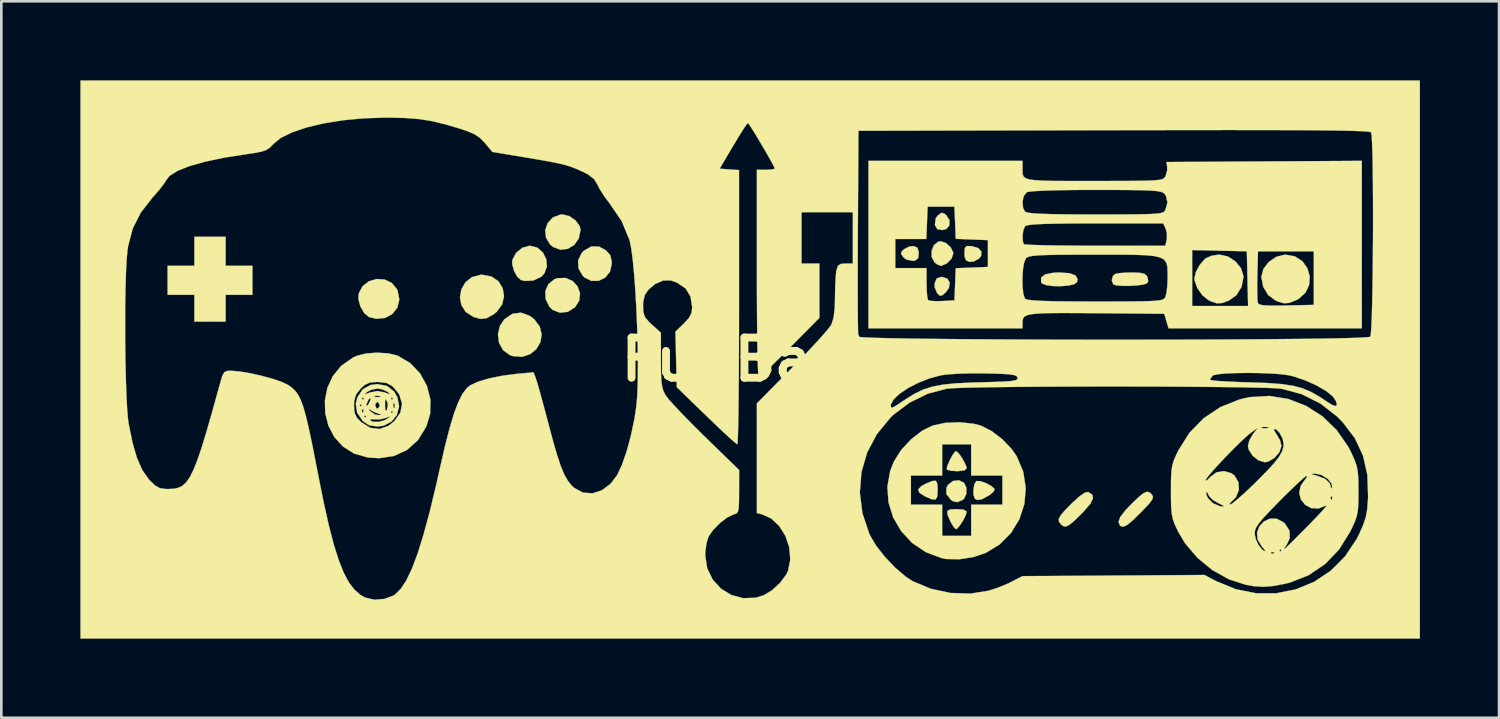
<source format=kicad_pcb>
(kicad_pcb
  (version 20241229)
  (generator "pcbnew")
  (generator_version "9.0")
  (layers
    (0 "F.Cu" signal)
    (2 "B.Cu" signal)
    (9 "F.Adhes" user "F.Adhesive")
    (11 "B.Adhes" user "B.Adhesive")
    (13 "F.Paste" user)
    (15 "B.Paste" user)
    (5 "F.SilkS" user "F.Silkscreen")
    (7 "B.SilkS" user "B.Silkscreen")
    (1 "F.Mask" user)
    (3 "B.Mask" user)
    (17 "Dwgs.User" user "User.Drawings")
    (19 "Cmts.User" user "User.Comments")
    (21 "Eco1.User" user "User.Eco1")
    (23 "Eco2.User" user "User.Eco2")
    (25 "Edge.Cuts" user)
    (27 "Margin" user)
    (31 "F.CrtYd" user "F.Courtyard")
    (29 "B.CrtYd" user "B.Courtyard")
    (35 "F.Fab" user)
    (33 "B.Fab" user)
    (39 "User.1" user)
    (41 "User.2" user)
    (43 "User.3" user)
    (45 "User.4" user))
  (footprint "FullBack"
    (layer "F.Cu")
    (at 25.405 10.588)
    (property "Reference" "FullBack" (at 0 0 0) (layer "F.SilkS") (effects (font (size 1.524 1.524) (thickness 0.3))))
    (attr through_hole)
    (fp_poly (pts (xy -19.897 -3.556) (xy -18.881 -3.556) (xy -18.881 -2.455) (xy -19.897 -2.455) (xy -19.897 -1.439) (xy -21.082 -1.439) (xy -21.082 -2.455) (xy -22.098 -2.455) (xy -22.098 -3.556) (xy -21.082 -3.556) (xy -21.082 -4.657) (xy -19.897 -4.657) (xy -19.897 -3.556)) (stroke (width 0.01) (type solid)) (fill yes) (layer "F.SilkS"))
    (fp_poly (pts (xy 7.1 4.708) (xy 7.112 4.953) (xy 7.097 5.199) (xy 7.031 5.309) (xy 6.883 5.3) (xy 6.625 5.186) (xy 6.415 5.051) (xy 6.369 4.928) (xy 6.49 4.801) (xy 6.649 4.715) (xy 6.902 4.606) (xy 7.041 4.598) (xy 7.1 4.708)) (stroke (width 0.01) (type solid)) (fill yes) (layer "F.SilkS"))
    (fp_poly (pts (xy 7.358 -5.54) (xy 7.439 -5.472) (xy 7.561 -5.281) (xy 7.556 -5.089) (xy 7.438 -4.949) (xy 7.281 -4.911) (xy 7.096 -4.948) (xy 7.014 -5.089) (xy 7.007 -5.12) (xy 7.038 -5.362) (xy 7.124 -5.472) (xy 7.254 -5.567) (xy 7.358 -5.54)) (stroke (width 0.01) (type solid)) (fill yes) (layer "F.SilkS"))
    (fp_poly (pts (xy 7.479 -3.071) (xy 7.567 -2.918) (xy 7.538 -2.717) (xy 7.41 -2.542) (xy 7.273 -2.427) (xy 7.183 -2.429) (xy 7.091 -2.518) (xy 6.995 -2.744) (xy 7.002 -2.9) (xy 7.072 -3.074) (xy 7.224 -3.131) (xy 7.281 -3.133) (xy 7.479 -3.071)) (stroke (width 0.01) (type solid)) (fill yes) (layer "F.SilkS"))
    (fp_poly (pts (xy 6.34 -4.245) (xy 6.39 -4.093) (xy 6.392 -4.022) (xy 6.366 -3.835) (xy 6.256 -3.756) (xy 6.176 -3.742) (xy 5.932 -3.789) (xy 5.816 -3.877) (xy 5.721 -4.005) (xy 5.749 -4.101) (xy 5.834 -4.184) (xy 6.034 -4.288) (xy 6.195 -4.304) (xy 6.34 -4.245)) (stroke (width 0.01) (type solid)) (fill yes) (layer "F.SilkS"))
    (fp_poly (pts (xy 8.111 4.674) (xy 8.202 4.861) (xy 8.2 5.09) (xy 8.112 5.28) (xy 8.049 5.331) (xy 7.85 5.41) (xy 7.698 5.378) (xy 7.606 5.313) (xy 7.442 5.1) (xy 7.443 4.866) (xy 7.504 4.751) (xy 7.689 4.607) (xy 7.918 4.58) (xy 8.111 4.674)) (stroke (width 0.01) (type solid)) (fill yes) (layer "F.SilkS"))
    (fp_poly (pts (xy 8.375 -4.304) (xy 8.395 -4.302) (xy 8.645 -4.231) (xy 8.772 -4.097) (xy 8.758 -3.929) (xy 8.677 -3.827) (xy 8.48 -3.721) (xy 8.319 -3.705) (xy 8.186 -3.761) (xy 8.134 -3.901) (xy 8.128 -4.033) (xy 8.14 -4.23) (xy 8.207 -4.305) (xy 8.375 -4.304)) (stroke (width 0.01) (type solid)) (fill yes) (layer "F.SilkS"))
    (fp_poly (pts (xy -6.735 -2.98) (xy -6.547 -2.775) (xy -6.455 -2.516) (xy -6.482 -2.239) (xy -6.642 -1.986) (xy -6.915 -1.811) (xy -7.213 -1.776) (xy -7.487 -1.88) (xy -7.614 -2.001) (xy -7.76 -2.296) (xy -7.77 -2.597) (xy -7.655 -2.861) (xy -7.427 -3.045) (xy -7.313 -3.086) (xy -6.997 -3.095) (xy -6.735 -2.98)) (stroke (width 0.01) (type solid)) (fill yes) (layer "F.SilkS"))
    (fp_poly (pts (xy 7.429 -4.418) (xy 7.61 -4.252) (xy 7.702 -4.054) (xy 7.705 -4.022) (xy 7.633 -3.824) (xy 7.463 -3.648) (xy 7.259 -3.558) (xy 7.226 -3.556) (xy 7.089 -3.611) (xy 6.991 -3.689) (xy 6.884 -3.889) (xy 6.882 -4.123) (xy 6.967 -4.335) (xy 7.125 -4.468) (xy 7.226 -4.487) (xy 7.429 -4.418)) (stroke (width 0.01) (type solid)) (fill yes) (layer "F.SilkS"))
    (fp_poly (pts (xy 8.097 5.695) (xy 8.209 5.761) (xy 8.212 5.779) (xy 8.17 5.92) (xy 8.07 6.114) (xy 7.948 6.3) (xy 7.841 6.419) (xy 7.806 6.435) (xy 7.729 6.366) (xy 7.623 6.194) (xy 7.593 6.135) (xy 7.485 5.883) (xy 7.477 5.744) (xy 7.587 5.685) (xy 7.832 5.673) (xy 8.097 5.695)) (stroke (width 0.01) (type solid)) (fill yes) (layer "F.SilkS"))
    (fp_poly (pts (xy 8.738 4.614) (xy 8.953 4.69) (xy 9.157 4.803) (xy 9.27 4.909) (xy 9.239 5.001) (xy 9.098 5.127) (xy 9.042 5.163) (xy 8.784 5.299) (xy 8.615 5.327) (xy 8.523 5.278) (xy 8.471 5.139) (xy 8.468 4.931) (xy 8.505 4.73) (xy 8.576 4.61) (xy 8.586 4.606) (xy 8.738 4.614)) (stroke (width 0.01) (type solid)) (fill yes) (layer "F.SilkS"))
    (fp_poly (pts (xy 12.111 -3.275) (xy 12.34 -3.191) (xy 12.419 -3.049) (xy 12.396 -2.932) (xy 12.286 -2.854) (xy 12.062 -2.805) (xy 11.776 -2.783) (xy 11.479 -2.789) (xy 11.224 -2.824) (xy 11.063 -2.889) (xy 11.037 -2.922) (xy 11.034 -3.107) (xy 11.188 -3.23) (xy 11.499 -3.293) (xy 11.726 -3.302) (xy 12.111 -3.275)) (stroke (width 0.01) (type solid)) (fill yes) (layer "F.SilkS"))
    (fp_poly (pts (xy -6.858 -5.439) (xy -6.625 -5.277) (xy -6.469 -5.065) (xy -6.435 -4.918) (xy -6.501 -4.593) (xy -6.675 -4.347) (xy -6.92 -4.199) (xy -7.199 -4.167) (xy -7.474 -4.268) (xy -7.582 -4.356) (xy -7.746 -4.622) (xy -7.773 -4.911) (xy -7.679 -5.181) (xy -7.483 -5.391) (xy -7.201 -5.498) (xy -7.112 -5.503) (xy -6.858 -5.439)) (stroke (width 0.01) (type solid)) (fill yes) (layer "F.SilkS"))
    (fp_poly (pts (xy -5.731 -4.285) (xy -5.472 -4.143) (xy -5.31 -3.963) (xy -5.252 -3.726) (xy -5.249 -3.641) (xy -5.318 -3.333) (xy -5.496 -3.109) (xy -5.744 -2.987) (xy -6.02 -2.983) (xy -6.285 -3.114) (xy -6.348 -3.173) (xy -6.513 -3.455) (xy -6.528 -3.759) (xy -6.394 -4.04) (xy -6.308 -4.128) (xy -6.021 -4.291) (xy -5.731 -4.285)) (stroke (width 0.01) (type solid)) (fill yes) (layer "F.SilkS"))
    (fp_poly (pts (xy 7.894 3.539) (xy 8.014 3.701) (xy 8.129 3.899) (xy 8.203 4.072) (xy 8.212 4.128) (xy 8.132 4.201) (xy 7.896 4.232) (xy 7.832 4.233) (xy 7.604 4.217) (xy 7.468 4.176) (xy 7.451 4.152) (xy 7.487 4.01) (xy 7.574 3.812) (xy 7.68 3.619) (xy 7.773 3.492) (xy 7.806 3.471) (xy 7.894 3.539)) (stroke (width 0.01) (type solid)) (fill yes) (layer "F.SilkS"))
    (fp_poly (pts (xy -13.868 -3.036) (xy -13.595 -2.907) (xy -13.395 -2.664) (xy -13.375 -2.619) (xy -13.308 -2.276) (xy -13.383 -1.971) (xy -13.571 -1.73) (xy -13.845 -1.58) (xy -14.178 -1.544) (xy -14.461 -1.613) (xy -14.639 -1.761) (xy -14.783 -2.009) (xy -14.86 -2.288) (xy -14.853 -2.49) (xy -14.707 -2.779) (xy -14.466 -2.968) (xy -14.173 -3.055) (xy -13.868 -3.036)) (stroke (width 0.01) (type solid)) (fill yes) (layer "F.SilkS"))
    (fp_poly (pts (xy -8.356 -1.655) (xy -8.195 -1.533) (xy -7.981 -1.252) (xy -7.909 -0.949) (xy -7.959 -0.654) (xy -8.113 -0.395) (xy -8.349 -0.202) (xy -8.65 -0.104) (xy -8.994 -0.129) (xy -9.114 -0.169) (xy -9.372 -0.355) (xy -9.526 -0.633) (xy -9.568 -0.957) (xy -9.491 -1.282) (xy -9.32 -1.531) (xy -9.015 -1.737) (xy -8.688 -1.779) (xy -8.356 -1.655)) (stroke (width 0.01) (type solid)) (fill yes) (layer "F.SilkS"))
    (fp_poly (pts (xy -8.078 -4.247) (xy -7.864 -4.063) (xy -7.736 -3.81) (xy -7.711 -3.531) (xy -7.805 -3.27) (xy -7.928 -3.139) (xy -8.23 -2.996) (xy -8.564 -2.982) (xy -8.701 -3.02) (xy -8.842 -3.149) (xy -8.961 -3.374) (xy -9.027 -3.62) (xy -9.023 -3.774) (xy -8.882 -4.043) (xy -8.643 -4.241) (xy -8.365 -4.318) (xy -8.362 -4.318) (xy -8.078 -4.247)) (stroke (width 0.01) (type solid)) (fill yes) (layer "F.SilkS"))
    (fp_poly (pts (xy 12.974 5.122) (xy 13.004 5.262) (xy 12.906 5.462) (xy 12.675 5.736) (xy 12.566 5.849) (xy 12.291 6.118) (xy 12.1 6.275) (xy 11.966 6.335) (xy 11.861 6.311) (xy 11.786 6.248) (xy 11.71 6.146) (xy 11.706 6.035) (xy 11.791 5.889) (xy 11.977 5.678) (xy 12.185 5.468) (xy 12.489 5.189) (xy 12.702 5.043) (xy 12.822 5.024) (xy 12.974 5.122)) (stroke (width 0.01) (type solid)) (fill yes) (layer "F.SilkS"))
    (fp_poly (pts (xy 14.782 -3.291) (xy 14.958 -3.249) (xy 15.053 -3.164) (xy 15.064 -3.146) (xy 15.098 -2.969) (xy 15.05 -2.892) (xy 14.924 -2.846) (xy 14.687 -2.813) (xy 14.397 -2.796) (xy 14.11 -2.796) (xy 13.881 -2.815) (xy 13.772 -2.85) (xy 13.715 -3.005) (xy 13.761 -3.174) (xy 13.85 -3.251) (xy 14.005 -3.279) (xy 14.264 -3.297) (xy 14.482 -3.302) (xy 14.782 -3.291)) (stroke (width 0.01) (type solid)) (fill yes) (layer "F.SilkS"))
    (fp_poly (pts (xy -9.81 -3.149) (xy -9.548 -2.967) (xy -9.387 -2.707) (xy -9.336 -2.404) (xy -9.407 -2.095) (xy -9.609 -1.815) (xy -9.735 -1.714) (xy -9.996 -1.569) (xy -10.223 -1.54) (xy -10.496 -1.617) (xy -10.499 -1.618) (xy -10.788 -1.805) (xy -10.955 -2.065) (xy -11.009 -2.363) (xy -10.955 -2.663) (xy -10.802 -2.929) (xy -10.557 -3.125) (xy -10.228 -3.215) (xy -10.163 -3.217) (xy -9.81 -3.149)) (stroke (width 0.01) (type solid)) (fill yes) (layer "F.SilkS"))
    (fp_poly (pts (xy 15.165 5.047) (xy 15.244 5.127) (xy 15.28 5.206) (xy 15.251 5.308) (xy 15.138 5.46) (xy 14.925 5.689) (xy 14.812 5.804) (xy 14.519 6.091) (xy 14.312 6.264) (xy 14.171 6.338) (xy 14.07 6.327) (xy 14.026 6.294) (xy 13.971 6.162) (xy 14.033 5.979) (xy 14.221 5.73) (xy 14.459 5.48) (xy 14.736 5.215) (xy 14.927 5.063) (xy 15.06 5.012) (xy 15.165 5.047)) (stroke (width 0.01) (type solid)) (fill yes) (layer "F.SilkS"))
    (fp_poly (pts (xy 20.668 -3.911) (xy 20.948 -3.727) (xy 21.136 -3.464) (xy 21.224 -3.155) (xy 21.204 -2.836) (xy 21.067 -2.541) (xy 20.805 -2.304) (xy 20.717 -2.257) (xy 20.456 -2.15) (xy 20.252 -2.132) (xy 20.02 -2.2) (xy 19.923 -2.241) (xy 19.648 -2.446) (xy 19.459 -2.761) (xy 19.389 -3.133) (xy 19.389 -3.137) (xy 19.466 -3.435) (xy 19.669 -3.701) (xy 19.953 -3.896) (xy 20.276 -3.979) (xy 20.305 -3.979) (xy 20.668 -3.911)) (stroke (width 0.01) (type solid)) (fill yes) (layer "F.SilkS"))
    (fp_poly (pts (xy 18.124 -3.908) (xy 18.41 -3.72) (xy 18.62 -3.459) (xy 18.711 -3.165) (xy 18.711 -3.137) (xy 18.64 -2.758) (xy 18.445 -2.442) (xy 18.158 -2.237) (xy 17.897 -2.143) (xy 17.7 -2.133) (xy 17.482 -2.206) (xy 17.384 -2.253) (xy 17.151 -2.44) (xy 16.959 -2.714) (xy 16.855 -3.005) (xy 16.849 -3.086) (xy 16.907 -3.325) (xy 17.054 -3.592) (xy 17.243 -3.81) (xy 17.29 -3.847) (xy 17.501 -3.936) (xy 17.771 -3.979) (xy 17.807 -3.979) (xy 18.124 -3.908)) (stroke (width 0.01) (type solid)) (fill yes) (layer "F.SilkS"))
    (fp_poly (pts (xy 8.478 2.435) (xy 8.743 2.504) (xy 9.146 2.705) (xy 9.555 3.015) (xy 9.914 3.387) (xy 10.111 3.67) (xy 10.358 4.257) (xy 10.452 4.868) (xy 10.401 5.475) (xy 10.213 6.052) (xy 9.897 6.574) (xy 9.461 7.013) (xy 8.939 7.332) (xy 8.458 7.494) (xy 7.935 7.575) (xy 7.444 7.566) (xy 7.259 7.532) (xy 6.655 7.303) (xy 6.14 6.954) (xy 5.726 6.507) (xy 5.424 5.988) (xy 5.246 5.418) (xy 5.204 4.822) (xy 5.278 4.403) (xy 6.096 4.403) (xy 6.096 5.503) (xy 7.281 5.503) (xy 7.281 6.689) (xy 8.382 6.689) (xy 8.382 5.503) (xy 9.567 5.503) (xy 9.567 4.403) (xy 8.382 4.403) (xy 8.382 3.217) (xy 7.281 3.217) (xy 7.281 4.403) (xy 6.096 4.403) (xy 5.278 4.403) (xy 5.31 4.223) (xy 5.452 3.864) (xy 5.73 3.426) (xy 6.105 3.023) (xy 6.526 2.697) (xy 6.916 2.505) (xy 7.399 2.401) (xy 7.947 2.378) (xy 8.478 2.435)) (stroke (width 0.01) (type solid)) (fill yes) (layer "F.SilkS"))
    (fp_poly (pts (xy -13.738 -0.236) (xy -13.392 -0.156) (xy -13.37 -0.147) (xy -12.891 0.138) (xy -12.517 0.531) (xy -12.259 1.003) (xy -12.129 1.521) (xy -12.139 2.057) (xy -12.284 2.54) (xy -12.597 3.05) (xy -13.009 3.424) (xy -13.507 3.657) (xy -14.08 3.742) (xy -14.515 3.713) (xy -15.032 3.562) (xy -15.454 3.294) (xy -15.777 2.935) (xy -15.999 2.508) (xy -16.119 2.04) (xy -16.127 1.748) (xy -15.028 1.748) (xy -15.007 2.018) (xy -14.917 2.208) (xy -14.752 2.378) (xy -14.411 2.589) (xy -14.061 2.634) (xy -13.717 2.513) (xy -13.496 2.337) (xy -13.27 2.016) (xy -13.205 1.679) (xy -13.305 1.344) (xy -13.352 1.268) (xy -13.563 1.016) (xy -13.791 0.889) (xy -14.106 0.85) (xy -14.145 0.849) (xy -14.421 0.87) (xy -14.619 0.96) (xy -14.78 1.106) (xy -14.95 1.326) (xy -15.02 1.564) (xy -15.028 1.748) (xy -16.127 1.748) (xy -16.132 1.554) (xy -16.038 1.075) (xy -15.832 0.629) (xy -15.513 0.239) (xy -15.078 -0.068) (xy -14.915 -0.144) (xy -14.577 -0.23) (xy -14.159 -0.261) (xy -13.738 -0.236)) (stroke (width 0.01) (type solid)) (fill yes) (layer "F.SilkS"))
    (fp_poly (pts (xy -13.776 1.001) (xy -13.509 1.209) (xy -13.379 1.434) (xy -13.317 1.778) (xy -13.399 2.096) (xy -13.601 2.35) (xy -13.9 2.507) (xy -14.139 2.54) (xy -14.447 2.496) (xy -14.679 2.347) (xy -14.69 2.336) (xy -14.714 2.301) (xy -14.427 2.301) (xy -14.426 2.301) (xy -14.302 2.363) (xy -14.095 2.363) (xy -13.876 2.307) (xy -13.753 2.239) (xy -13.647 2.15) (xy -13.676 2.151) (xy -13.789 2.205) (xy -14.028 2.267) (xy -14.229 2.267) (xy -14.385 2.263) (xy -14.427 2.301) (xy -14.714 2.301) (xy -14.811 2.159) (xy -14.647 2.159) (xy -14.605 2.201) (xy -14.563 2.159) (xy -14.605 2.117) (xy -14.647 2.159) (xy -14.811 2.159) (xy -14.907 2.02) (xy -14.918 1.947) (xy -14.732 1.947) (xy -14.701 2.017) (xy -14.676 2.004) (xy -14.665 1.903) (xy -14.676 1.891) (xy -14.726 1.903) (xy -14.732 1.947) (xy -14.918 1.947) (xy -14.932 1.861) (xy -14.475 1.861) (xy -14.444 1.916) (xy -14.404 1.968) (xy -14.233 2.085) (xy -14.108 2.107) (xy -13.983 2.096) (xy -14.024 2.074) (xy -14.097 2.055) (xy -14.261 1.99) (xy -13.631 1.99) (xy -13.589 2.032) (xy -13.547 1.99) (xy -13.589 1.947) (xy -13.631 1.99) (xy -14.261 1.99) (xy -14.305 1.972) (xy -14.393 1.917) (xy -14.475 1.861) (xy -14.932 1.861) (xy -14.951 1.736) (xy -14.817 1.736) (xy -14.774 1.778) (xy -14.732 1.736) (xy -14.56 1.736) (xy -14.525 1.751) (xy -14.513 1.736) (xy -14.224 1.736) (xy -14.178 1.848) (xy -14.139 1.863) (xy -14.064 1.794) (xy -14.055 1.736) (xy -14.059 1.726) (xy -13.851 1.726) (xy -13.841 1.912) (xy -13.807 1.944) (xy -13.775 1.898) (xy -13.749 1.729) (xy -13.54 1.729) (xy -13.524 1.838) (xy -13.496 1.84) (xy -13.475 1.726) (xy -13.489 1.677) (xy -13.526 1.645) (xy -13.54 1.729) (xy -13.749 1.729) (xy -13.744 1.694) (xy -13.775 1.589) (xy -13.824 1.503) (xy -13.847 1.556) (xy -13.851 1.726) (xy -14.059 1.726) (xy -14.1 1.623) (xy -14.139 1.609) (xy -14.214 1.677) (xy -14.224 1.736) (xy -14.513 1.736) (xy -14.478 1.693) (xy -14.406 1.539) (xy -14.396 1.482) (xy -13.631 1.482) (xy -13.589 1.524) (xy -13.547 1.482) (xy -13.589 1.439) (xy -13.631 1.482) (xy -14.396 1.482) (xy -14.431 1.467) (xy -14.478 1.524) (xy -14.55 1.678) (xy -14.56 1.736) (xy -14.732 1.736) (xy -14.774 1.693) (xy -14.817 1.736) (xy -14.951 1.736) (xy -14.96 1.679) (xy -14.911 1.482) (xy -14.732 1.482) (xy -14.69 1.524) (xy -14.647 1.482) (xy -14.69 1.439) (xy -14.732 1.482) (xy -14.911 1.482) (xy -14.899 1.434) (xy -14.886 1.414) (xy -14.256 1.414) (xy -14.139 1.426) (xy -14.019 1.413) (xy -14.034 1.383) (xy -14.207 1.372) (xy -14.245 1.383) (xy -14.256 1.414) (xy -14.886 1.414) (xy -14.811 1.301) (xy -14.618 1.301) (xy -14.588 1.308) (xy -14.417 1.25) (xy -14.415 1.249) (xy -14.144 1.191) (xy -13.876 1.245) (xy -13.864 1.249) (xy -13.692 1.308) (xy -13.661 1.302) (xy -13.752 1.226) (xy -13.753 1.225) (xy -13.968 1.127) (xy -14.139 1.101) (xy -14.377 1.149) (xy -14.525 1.225) (xy -14.618 1.301) (xy -14.811 1.301) (xy -14.697 1.129) (xy -14.4 0.964) (xy -14.139 0.931) (xy -13.776 1.001)) (stroke (width 0.01) (type solid)) (fill yes) (layer "F.SilkS"))
    (fp_poly (pts (xy 23.199 -1.185) (xy 15.868 -1.185) (xy 15.706 -1.736) (xy 13.134 -1.758) (xy 12.371 -1.764) (xy 11.761 -1.765) (xy 11.286 -1.76) (xy 10.93 -1.746) (xy 10.675 -1.721) (xy 10.505 -1.682) (xy 10.402 -1.628) (xy 10.35 -1.555) (xy 10.331 -1.463) (xy 10.329 -1.387) (xy 10.329 -1.185) (xy 4.487 -1.185) (xy 4.487 -2.032) (xy 16.764 -2.032) (xy 18.886 -2.032) (xy 18.868 -2.793) (xy 19.231 -2.793) (xy 19.234 -2.462) (xy 19.244 -2.229) (xy 19.257 -2.141) (xy 19.314 -2.091) (xy 19.456 -2.06) (xy 19.707 -2.046) (xy 20.092 -2.046) (xy 20.34 -2.051) (xy 21.378 -2.074) (xy 21.378 -4.106) (xy 19.262 -4.106) (xy 19.237 -3.18) (xy 19.231 -2.793) (xy 18.868 -2.793) (xy 18.862 -3.069) (xy 18.838 -4.106) (xy 17.801 -4.13) (xy 16.764 -4.154) (xy 16.764 -2.032) (xy 4.487 -2.032) (xy 4.487 -4.572) (xy 5.503 -4.572) (xy 5.503 -3.471) (xy 6.689 -3.471) (xy 6.689 -2.893) (xy 6.697 -2.593) (xy 6.718 -2.364) (xy 6.749 -2.254) (xy 6.749 -2.254) (xy 6.861 -2.225) (xy 7.085 -2.214) (xy 7.278 -2.219) (xy 7.747 -2.244) (xy 7.772 -2.854) (xy 7.782 -3.101) (xy 10.326 -3.101) (xy 10.33 -2.773) (xy 10.36 -2.494) (xy 10.418 -2.319) (xy 10.431 -2.303) (xy 10.514 -2.272) (xy 10.7 -2.247) (xy 11.002 -2.228) (xy 11.432 -2.214) (xy 12.003 -2.206) (xy 12.725 -2.202) (xy 13.095 -2.201) (xy 13.822 -2.202) (xy 14.397 -2.204) (xy 14.841 -2.209) (xy 15.17 -2.218) (xy 15.403 -2.232) (xy 15.558 -2.252) (xy 15.654 -2.279) (xy 15.71 -2.315) (xy 15.743 -2.361) (xy 15.745 -2.365) (xy 15.791 -2.533) (xy 15.823 -2.807) (xy 15.833 -3.085) (xy 15.833 -3.329) (xy 15.823 -3.524) (xy 15.785 -3.675) (xy 15.702 -3.789) (xy 15.558 -3.87) (xy 15.335 -3.924) (xy 15.017 -3.957) (xy 14.585 -3.973) (xy 14.025 -3.979) (xy 13.317 -3.979) (xy 13.045 -3.979) (xy 12.323 -3.978) (xy 11.753 -3.975) (xy 11.314 -3.967) (xy 10.99 -3.955) (xy 10.76 -3.938) (xy 10.608 -3.913) (xy 10.513 -3.882) (xy 10.462 -3.846) (xy 10.393 -3.692) (xy 10.347 -3.426) (xy 10.326 -3.101) (xy 7.782 -3.101) (xy 7.797 -3.464) (xy 8.407 -3.489) (xy 9.017 -3.514) (xy 9.017 -4.53) (xy 8.407 -4.554) (xy 7.797 -4.579) (xy 7.792 -4.693) (xy 10.331 -4.693) (xy 10.342 -4.481) (xy 10.386 -4.374) (xy 10.481 -4.361) (xy 10.725 -4.348) (xy 11.097 -4.337) (xy 11.576 -4.328) (xy 12.14 -4.322) (xy 12.77 -4.318) (xy 13.093 -4.318) (xy 15.745 -4.318) (xy 15.799 -4.536) (xy 15.807 -4.785) (xy 15.761 -4.959) (xy 15.667 -5.165) (xy 13.1 -5.165) (xy 12.306 -5.163) (xy 11.67 -5.156) (xy 11.178 -5.145) (xy 10.82 -5.129) (xy 10.584 -5.106) (xy 10.456 -5.078) (xy 10.431 -5.063) (xy 10.363 -4.914) (xy 10.331 -4.693) (xy 7.792 -4.693) (xy 7.772 -5.189) (xy 7.747 -5.8) (xy 6.731 -5.8) (xy 6.706 -5.186) (xy 6.681 -4.572) (xy 5.503 -4.572) (xy 4.487 -4.572) (xy 4.487 -5.974) (xy 10.328 -5.974) (xy 10.354 -5.741) (xy 10.431 -5.605) (xy 10.514 -5.574) (xy 10.7 -5.549) (xy 11.002 -5.53) (xy 11.432 -5.516) (xy 12.003 -5.508) (xy 12.725 -5.504) (xy 13.095 -5.503) (xy 13.822 -5.504) (xy 14.397 -5.506) (xy 14.841 -5.511) (xy 15.17 -5.52) (xy 15.403 -5.534) (xy 15.558 -5.554) (xy 15.654 -5.581) (xy 15.71 -5.617) (xy 15.743 -5.663) (xy 15.745 -5.667) (xy 15.828 -5.957) (xy 15.767 -6.215) (xy 15.7 -6.302) (xy 15.641 -6.341) (xy 15.542 -6.371) (xy 15.382 -6.395) (xy 15.144 -6.412) (xy 14.809 -6.423) (xy 14.358 -6.43) (xy 13.774 -6.434) (xy 13.112 -6.435) (xy 12.346 -6.432) (xy 11.695 -6.423) (xy 11.173 -6.408) (xy 10.789 -6.388) (xy 10.556 -6.364) (xy 10.493 -6.347) (xy 10.376 -6.201) (xy 10.328 -5.974) (xy 4.487 -5.974) (xy 4.487 -7.535) (xy 10.329 -7.535) (xy 10.329 -7.288) (xy 10.328 -7.146) (xy 10.335 -7.033) (xy 10.368 -6.945) (xy 10.445 -6.88) (xy 10.581 -6.833) (xy 10.795 -6.803) (xy 11.104 -6.785) (xy 11.524 -6.776) (xy 12.074 -6.773) (xy 12.769 -6.773) (xy 13.045 -6.773) (xy 13.778 -6.774) (xy 14.361 -6.776) (xy 14.811 -6.78) (xy 15.146 -6.788) (xy 15.385 -6.802) (xy 15.545 -6.821) (xy 15.645 -6.848) (xy 15.704 -6.883) (xy 15.739 -6.928) (xy 15.75 -6.946) (xy 15.815 -7.169) (xy 15.816 -7.306) (xy 15.79 -7.493) (xy 19.494 -7.515) (xy 23.199 -7.537) (xy 23.199 -1.185)) (stroke (width 0.01) (type solid)) (fill yes) (layer "F.SilkS"))
    (fp_poly (pts (xy 20.407 1.494) (xy 21.085 1.755) (xy 21.704 2.151) (xy 22.243 2.671) (xy 22.681 3.302) (xy 22.801 3.534) (xy 22.924 3.808) (xy 23.003 4.035) (xy 23.048 4.268) (xy 23.067 4.561) (xy 23.072 4.966) (xy 23.072 5) (xy 23.069 5.408) (xy 23.052 5.7) (xy 23.011 5.93) (xy 22.934 6.153) (xy 22.811 6.42) (xy 22.756 6.531) (xy 22.336 7.206) (xy 21.806 7.759) (xy 21.18 8.181) (xy 20.472 8.46) (xy 20.266 8.51) (xy 19.819 8.592) (xy 19.457 8.62) (xy 19.107 8.596) (xy 18.811 8.545) (xy 18.159 8.337) (xy 17.533 7.987) (xy 16.968 7.523) (xy 16.785 7.31) (xy 19.756 7.31) (xy 19.767 7.36) (xy 19.812 7.366) (xy 19.882 7.335) (xy 19.868 7.31) (xy 19.768 7.299) (xy 19.756 7.31) (xy 16.785 7.31) (xy 16.498 6.973) (xy 16.28 6.607) (xy 19.135 6.607) (xy 19.179 6.817) (xy 19.286 7.039) (xy 19.421 7.213) (xy 19.545 7.281) (xy 19.529 7.239) (xy 20.066 7.239) (xy 20.108 7.281) (xy 20.151 7.239) (xy 20.108 7.197) (xy 20.066 7.239) (xy 19.529 7.239) (xy 19.524 7.229) (xy 19.417 7.1) (xy 19.403 7.085) (xy 19.245 6.824) (xy 19.224 6.561) (xy 19.315 6.324) (xy 19.488 6.14) (xy 19.717 6.035) (xy 19.975 6.038) (xy 20.234 6.175) (xy 20.282 6.219) (xy 20.457 6.491) (xy 20.466 6.781) (xy 20.358 7.008) (xy 20.27 7.145) (xy 20.253 7.197) (xy 20.319 7.14) (xy 20.482 6.983) (xy 20.72 6.746) (xy 21.014 6.452) (xy 21.168 6.296) (xy 21.459 5.996) (xy 21.683 5.757) (xy 21.825 5.594) (xy 21.87 5.524) (xy 21.846 5.534) (xy 21.553 5.651) (xy 21.279 5.633) (xy 21.048 5.508) (xy 20.888 5.306) (xy 20.874 5.249) (xy 22.013 5.249) (xy 22.044 5.319) (xy 22.07 5.306) (xy 22.08 5.205) (xy 22.07 5.193) (xy 22.019 5.205) (xy 22.013 5.249) (xy 20.874 5.249) (xy 20.824 5.056) (xy 20.882 4.786) (xy 21.012 4.599) (xy 21.114 4.466) (xy 21.12 4.403) (xy 21.113 4.403) (xy 21.028 4.46) (xy 20.848 4.619) (xy 20.593 4.858) (xy 20.287 5.158) (xy 20.082 5.363) (xy 19.72 5.735) (xy 19.461 6.012) (xy 19.291 6.217) (xy 19.191 6.371) (xy 19.145 6.499) (xy 19.135 6.607) (xy 16.28 6.607) (xy 16.231 6.524) (xy 16.113 6.273) (xy 16.035 6.064) (xy 15.99 5.851) (xy 15.967 5.585) (xy 15.96 5.22) (xy 15.96 5.024) (xy 17.3 5.024) (xy 17.303 5.121) (xy 17.355 5.247) (xy 17.545 5.446) (xy 17.821 5.564) (xy 17.949 5.578) (xy 17.962 5.552) (xy 17.843 5.485) (xy 17.762 5.449) (xy 17.547 5.325) (xy 17.409 5.182) (xy 17.395 5.151) (xy 17.336 5.034) (xy 17.3 5.024) (xy 15.96 5.024) (xy 15.96 4.994) (xy 15.962 4.58) (xy 17.272 4.58) (xy 17.315 4.59) (xy 17.423 4.487) (xy 17.447 4.456) (xy 17.684 4.279) (xy 17.973 4.23) (xy 18.255 4.313) (xy 18.373 4.403) (xy 18.521 4.658) (xy 18.537 4.952) (xy 18.422 5.222) (xy 18.319 5.328) (xy 18.199 5.443) (xy 18.19 5.501) (xy 18.204 5.503) (xy 18.301 5.447) (xy 18.492 5.292) (xy 18.752 5.06) (xy 19.056 4.773) (xy 19.154 4.678) (xy 19.495 4.336) (xy 21.298 4.336) (xy 21.307 4.355) (xy 21.473 4.398) (xy 21.484 4.401) (xy 21.805 4.522) (xy 21.986 4.695) (xy 22.02 4.815) (xy 22.036 4.9) (xy 22.074 4.832) (xy 22.048 4.697) (xy 21.911 4.53) (xy 21.894 4.515) (xy 21.669 4.379) (xy 21.443 4.327) (xy 21.437 4.327) (xy 21.298 4.336) (xy 19.495 4.336) (xy 19.563 4.268) (xy 19.86 3.946) (xy 20.059 3.691) (xy 20.177 3.482) (xy 20.229 3.296) (xy 20.235 3.198) (xy 20.192 2.994) (xy 20.086 2.791) (xy 19.957 2.651) (xy 19.886 2.625) (xy 19.873 2.681) (xy 19.953 2.819) (xy 19.975 2.848) (xy 20.099 3.066) (xy 20.151 3.275) (xy 20.077 3.508) (xy 19.895 3.724) (xy 19.661 3.867) (xy 19.516 3.895) (xy 19.277 3.823) (xy 19.056 3.646) (xy 18.909 3.417) (xy 18.881 3.275) (xy 18.932 3.07) (xy 19.057 2.846) (xy 19.071 2.828) (xy 19.255 2.593) (xy 19.377 2.593) (xy 19.489 2.608) (xy 19.516 2.608) (xy 19.66 2.599) (xy 19.673 2.573) (xy 19.665 2.569) (xy 19.497 2.552) (xy 19.411 2.566) (xy 19.377 2.593) (xy 19.255 2.593) (xy 19.262 2.584) (xy 19.007 2.765) (xy 18.836 2.905) (xy 18.601 3.124) (xy 18.326 3.394) (xy 18.038 3.689) (xy 17.764 3.98) (xy 17.528 4.242) (xy 17.356 4.447) (xy 17.275 4.568) (xy 17.272 4.58) (xy 15.962 4.58) (xy 15.962 4.565) (xy 15.976 4.259) (xy 16.009 4.026) (xy 16.07 3.821) (xy 16.169 3.595) (xy 16.241 3.446) (xy 16.66 2.781) (xy 17.198 2.228) (xy 17.838 1.801) (xy 18.562 1.512) (xy 18.956 1.423) (xy 19.69 1.38) (xy 20.407 1.494)) (stroke (width 0.01) (type solid)) (fill yes) (layer "F.SilkS"))
    (fp_poly (pts (xy 25.4 10.583) (xy -25.4 10.583) (xy -25.4 -1.348) (xy -23.708 -1.348) (xy -23.705 -0.621) (xy -23.696 0.096) (xy -23.68 0.772) (xy -23.659 1.381) (xy -23.631 1.893) (xy -23.597 2.279) (xy -23.577 2.423) (xy -23.428 3.157) (xy -23.257 3.741) (xy -23.056 4.194) (xy -22.818 4.536) (xy -22.78 4.578) (xy -22.572 4.777) (xy -22.396 4.876) (xy -22.18 4.909) (xy -22.062 4.911) (xy -21.865 4.901) (xy -21.692 4.865) (xy -21.536 4.788) (xy -21.393 4.657) (xy -21.254 4.459) (xy -21.114 4.18) (xy -20.966 3.807) (xy -20.803 3.327) (xy -20.62 2.725) (xy -20.409 1.99) (xy -20.164 1.108) (xy -20.098 0.868) (xy -20.021 0.611) (xy -19.946 0.479) (xy -19.837 0.431) (xy -19.704 0.424) (xy -19.376 0.451) (xy -18.967 0.519) (xy -18.527 0.617) (xy -18.107 0.732) (xy -17.757 0.852) (xy -17.529 0.962) (xy -17.382 1.068) (xy -17.256 1.187) (xy -17.147 1.336) (xy -17.047 1.533) (xy -16.95 1.796) (xy -16.852 2.144) (xy -16.746 2.593) (xy -16.625 3.161) (xy -16.485 3.867) (xy -16.381 4.403) (xy -16.176 5.425) (xy -15.982 6.292) (xy -15.794 7.016) (xy -15.607 7.609) (xy -15.418 8.084) (xy -15.22 8.455) (xy -15.008 8.732) (xy -14.779 8.931) (xy -14.605 9.029) (xy -14.259 9.109) (xy -13.874 9.08) (xy -13.53 8.951) (xy -13.469 8.91) (xy -13.253 8.696) (xy -13.04 8.37) (xy -12.827 7.923) (xy -12.61 7.346) (xy -12.388 6.631) (xy -12.155 5.77) (xy -11.91 4.753) (xy -11.772 4.137) (xy -11.578 3.29) (xy -11.4 2.598) (xy -11.234 2.045) (xy -11.074 1.619) (xy -10.915 1.304) (xy -10.753 1.088) (xy -10.627 0.982) (xy -10.336 0.845) (xy -9.918 0.719) (xy -9.414 0.616) (xy -8.867 0.544) (xy -8.843 0.542) (xy -8.217 0.485) (xy -8.128 0.719) (xy -8.078 0.876) (xy -7.995 1.165) (xy -7.888 1.555) (xy -7.764 2.014) (xy -7.65 2.445) (xy -7.47 3.119) (xy -7.316 3.648) (xy -7.178 4.056) (xy -7.049 4.365) (xy -6.918 4.595) (xy -6.778 4.77) (xy -6.673 4.869) (xy -6.344 5.047) (xy -5.985 5.075) (xy -5.627 4.96) (xy -5.296 4.712) (xy -5.049 4.387) (xy -4.865 3.996) (xy -4.685 3.479) (xy -4.523 2.879) (xy -4.39 2.241) (xy -4.316 1.755) (xy -4.282 1.355) (xy -4.264 0.834) (xy -4.259 0.222) (xy -4.266 -0.453) (xy -4.285 -1.162) (xy -4.315 -1.876) (xy -4.323 -2.029) (xy -4.064 -2.029) (xy -4.05 -1.778) (xy -3.984 -1.599) (xy -3.833 -1.423) (xy -3.725 -1.322) (xy -3.387 -1.016) (xy -3.386 0.021) (xy -3.383 0.475) (xy -3.369 0.797) (xy -3.34 1.023) (xy -3.291 1.192) (xy -3.216 1.341) (xy -3.208 1.355) (xy -3.095 1.502) (xy -2.88 1.743) (xy -2.584 2.057) (xy -2.23 2.42) (xy -1.837 2.811) (xy -1.724 2.921) (xy -0.419 4.191) (xy -0.421 5.007) (xy -0.424 5.384) (xy -0.436 5.625) (xy -0.464 5.764) (xy -0.518 5.834) (xy -0.605 5.869) (xy -0.633 5.876) (xy -0.875 5.992) (xy -1.15 6.203) (xy -1.404 6.461) (xy -1.577 6.709) (xy -1.651 6.938) (xy -1.697 7.248) (xy -1.705 7.426) (xy -1.63 7.919) (xy -1.422 8.347) (xy -1.107 8.69) (xy -0.713 8.931) (xy -0.266 9.052) (xy 0.208 9.034) (xy 0.519 8.939) (xy 0.829 8.75) (xy 1.13 8.472) (xy 1.362 8.165) (xy 1.434 8.017) (xy 1.521 7.582) (xy 1.483 7.127) (xy 1.336 6.691) (xy 1.098 6.31) (xy 0.786 6.022) (xy 0.459 5.875) (xy 0.254 5.824) (xy 0.254 5.047) (xy 4.159 5.047) (xy 4.258 5.832) (xy 4.518 6.608) (xy 4.549 6.675) (xy 4.784 7.07) (xy 5.119 7.495) (xy 5.506 7.9) (xy 5.9 8.235) (xy 6.162 8.406) (xy 6.85 8.694) (xy 7.597 8.853) (xy 8.353 8.877) (xy 9.043 8.768) (xy 9.4 8.652) (xy 9.774 8.497) (xy 9.907 8.432) (xy 10.322 8.215) (xy 17.23 8.17) (xy 17.673 8.404) (xy 18.427 8.713) (xy 19.196 8.865) (xy 19.958 8.864) (xy 20.696 8.717) (xy 21.389 8.432) (xy 22.018 8.013) (xy 22.563 7.468) (xy 23.006 6.803) (xy 23.093 6.631) (xy 23.251 6.276) (xy 23.349 5.984) (xy 23.404 5.682) (xy 23.433 5.298) (xy 23.438 5.201) (xy 23.41 4.378) (xy 23.245 3.645) (xy 22.936 2.985) (xy 22.477 2.379) (xy 22.257 2.156) (xy 21.629 1.668) (xy 20.92 1.313) (xy 20.165 1.109) (xy 20.151 1.107) (xy 19.955 1.09) (xy 19.609 1.075) (xy 19.127 1.062) (xy 18.53 1.051) (xy 17.833 1.042) (xy 17.054 1.034) (xy 16.211 1.028) (xy 15.322 1.024) (xy 14.404 1.022) (xy 13.475 1.021) (xy 12.551 1.023) (xy 11.652 1.026) (xy 10.793 1.031) (xy 9.993 1.038) (xy 9.27 1.047) (xy 8.641 1.058) (xy 8.123 1.07) (xy 7.734 1.084) (xy 7.491 1.101) (xy 7.451 1.106) (xy 6.734 1.296) (xy 6.047 1.633) (xy 5.434 2.093) (xy 5.323 2.2) (xy 4.805 2.83) (xy 4.436 3.527) (xy 4.22 4.273) (xy 4.159 5.047) (xy 0.254 5.047) (xy 0.254 1.737) (xy 5.334 1.737) (xy 5.339 1.806) (xy 5.373 1.827) (xy 5.465 1.788) (xy 5.642 1.677) (xy 5.907 1.5) (xy 6.237 1.295) (xy 6.56 1.14) (xy 6.908 1.028) (xy 7.315 0.951) (xy 7.813 0.901) (xy 8.435 0.872) (xy 8.704 0.864) (xy 9.237 0.85) (xy 9.623 0.835) (xy 9.884 0.816) (xy 10.043 0.791) (xy 10.094 0.769) (xy 17.441 0.769) (xy 17.522 0.79) (xy 17.744 0.812) (xy 18.082 0.833) (xy 18.509 0.852) (xy 18.944 0.865) (xy 19.614 0.889) (xy 20.148 0.929) (xy 20.579 0.992) (xy 20.94 1.087) (xy 21.265 1.222) (xy 21.587 1.405) (xy 21.822 1.561) (xy 22.061 1.714) (xy 22.196 1.765) (xy 22.252 1.723) (xy 22.254 1.717) (xy 22.22 1.575) (xy 22.099 1.399) (xy 22.087 1.386) (xy 21.839 1.187) (xy 21.48 0.981) (xy 21.063 0.793) (xy 20.645 0.648) (xy 20.414 0.593) (xy 20.122 0.555) (xy 19.741 0.528) (xy 19.307 0.512) (xy 18.855 0.507) (xy 18.42 0.513) (xy 18.037 0.53) (xy 17.741 0.557) (xy 17.568 0.595) (xy 17.543 0.61) (xy 17.454 0.729) (xy 17.441 0.769) (xy 10.094 0.769) (xy 10.123 0.757) (xy 10.144 0.711) (xy 10.142 0.69) (xy 10.111 0.633) (xy 10.026 0.593) (xy 9.86 0.564) (xy 9.59 0.545) (xy 9.188 0.531) (xy 8.931 0.525) (xy 8.437 0.522) (xy 7.961 0.534) (xy 7.551 0.558) (xy 7.257 0.593) (xy 7.242 0.596) (xy 6.813 0.71) (xy 6.386 0.877) (xy 5.995 1.078) (xy 5.669 1.296) (xy 5.439 1.512) (xy 5.336 1.706) (xy 5.334 1.737) (xy 0.254 1.737) (xy 0.254 1.663) (xy 1.599 0.302) (xy 1.998 -0.106) (xy 2.361 -0.49) (xy 2.671 -0.829) (xy 2.908 -1.1) (xy 3.052 -1.283) (xy 3.081 -1.329) (xy 3.163 -1.585) (xy 3.207 -1.963) (xy 3.217 -2.356) (xy 3.223 -2.732) (xy 3.239 -3.074) (xy 3.259 -3.289) (xy 4.079 -3.289) (xy 4.079 -2.613) (xy 4.081 -2.023) (xy 4.084 -1.536) (xy 4.09 -1.17) (xy 4.096 -0.94) (xy 4.103 -0.868) (xy 4.192 -0.851) (xy 4.438 -0.836) (xy 4.826 -0.821) (xy 5.346 -0.809) (xy 5.983 -0.797) (xy 6.724 -0.787) (xy 7.557 -0.778) (xy 8.468 -0.77) (xy 9.445 -0.764) (xy 10.475 -0.759) (xy 11.544 -0.755) (xy 12.64 -0.753) (xy 13.749 -0.752) (xy 14.859 -0.753) (xy 15.958 -0.754) (xy 17.03 -0.757) (xy 18.065 -0.762) (xy 19.049 -0.768) (xy 19.968 -0.775) (xy 20.81 -0.783) (xy 21.563 -0.793) (xy 22.212 -0.804) (xy 22.745 -0.817) (xy 23.149 -0.831) (xy 23.412 -0.846) (xy 23.519 -0.863) (xy 23.52 -0.864) (xy 23.541 -0.967) (xy 23.56 -1.218) (xy 23.577 -1.597) (xy 23.591 -2.083) (xy 23.603 -2.654) (xy 23.612 -3.29) (xy 23.619 -3.97) (xy 23.624 -4.672) (xy 23.626 -5.377) (xy 23.624 -6.063) (xy 23.62 -6.709) (xy 23.613 -7.294) (xy 23.604 -7.798) (xy 23.59 -8.199) (xy 23.574 -8.477) (xy 23.555 -8.61) (xy 23.552 -8.615) (xy 23.51 -8.632) (xy 23.403 -8.647) (xy 23.221 -8.66) (xy 22.958 -8.671) (xy 22.605 -8.681) (xy 22.155 -8.689) (xy 21.6 -8.695) (xy 20.932 -8.7) (xy 20.143 -8.703) (xy 19.225 -8.705) (xy 18.171 -8.706) (xy 16.973 -8.705) (xy 15.622 -8.703) (xy 14.112 -8.701) (xy 13.795 -8.7) (xy 4.106 -8.678) (xy 4.084 -4.826) (xy 4.081 -4.032) (xy 4.079 -3.289) (xy 3.259 -3.289) (xy 3.262 -3.323) (xy 3.27 -3.376) (xy 3.329 -3.558) (xy 3.444 -3.63) (xy 3.609 -3.641) (xy 3.895 -3.641) (xy 3.895 -5.588) (xy 1.947 -5.588) (xy 1.947 -3.641) (xy 2.625 -3.641) (xy 2.625 -1.58) (xy 1.507 -0.452) (xy 1.152 -0.097) (xy 0.837 0.212) (xy 0.58 0.457) (xy 0.402 0.618) (xy 0.322 0.677) (xy 0.322 0.677) (xy 0.308 0.595) (xy 0.295 0.361) (xy 0.284 -0.01) (xy 0.273 -0.5) (xy 0.265 -1.093) (xy 0.259 -1.772) (xy 0.255 -2.521) (xy 0.254 -3.26) (xy 0.254 -7.197) (xy 0.593 -7.197) (xy 0.805 -7.207) (xy 0.923 -7.234) (xy 0.931 -7.245) (xy 0.891 -7.339) (xy 0.785 -7.538) (xy 0.633 -7.808) (xy 0.456 -8.112) (xy 0.275 -8.416) (xy 0.111 -8.684) (xy -0.015 -8.881) (xy -0.083 -8.971) (xy -0.088 -8.974) (xy -0.146 -8.905) (xy -0.271 -8.719) (xy -0.443 -8.443) (xy -0.646 -8.107) (xy -1.158 -7.239) (xy -0.791 -7.213) (xy -0.423 -7.187) (xy -0.423 -1.985) (xy -0.424 -1.064) (xy -0.427 -0.195) (xy -0.432 0.608) (xy -0.438 1.329) (xy -0.445 1.955) (xy -0.454 2.471) (xy -0.464 2.863) (xy -0.474 3.116) (xy -0.486 3.215) (xy -0.487 3.216) (xy -0.565 3.16) (xy -0.744 3.003) (xy -1.003 2.765) (xy -1.321 2.464) (xy -1.667 2.132) (xy -2.784 1.048) (xy -2.836 -1.058) (xy -2.519 -1.363) (xy -2.316 -1.586) (xy -2.221 -1.784) (xy -2.201 -1.981) (xy -2.264 -2.394) (xy -2.457 -2.705) (xy -2.788 -2.923) (xy -3.016 -3.003) (xy -3.298 -3) (xy -3.605 -2.866) (xy -3.856 -2.655) (xy -4 -2.446) (xy -4.058 -2.188) (xy -4.064 -2.029) (xy -4.323 -2.029) (xy -4.353 -2.566) (xy -4.399 -3.204) (xy -4.452 -3.761) (xy -4.51 -4.208) (xy -4.572 -4.516) (xy -4.576 -4.53) (xy -4.877 -5.256) (xy -5.335 -5.927) (xy -5.539 -6.198) (xy -5.712 -6.474) (xy -5.78 -6.611) (xy -5.921 -6.843) (xy -6.153 -7.023) (xy -6.319 -7.109) (xy -6.554 -7.216) (xy -6.768 -7.302) (xy -6.996 -7.374) (xy -7.269 -7.441) (xy -7.621 -7.511) (xy -8.083 -7.593) (xy -8.509 -7.665) (xy -9.779 -7.876) (xy -10.06 -8.212) (xy -10.245 -8.404) (xy -10.457 -8.547) (xy -10.749 -8.671) (xy -10.991 -8.752) (xy -11.573 -8.924) (xy -12.075 -9.045) (xy -12.555 -9.121) (xy -13.069 -9.162) (xy -13.678 -9.177) (xy -13.885 -9.177) (xy -14.689 -9.149) (xy -15.465 -9.074) (xy -16.189 -8.956) (xy -16.837 -8.801) (xy -17.386 -8.614) (xy -17.812 -8.402) (xy -18.076 -8.187) (xy -18.212 -8.046) (xy -18.35 -7.952) (xy -18.534 -7.887) (xy -18.811 -7.834) (xy -19.092 -7.793) (xy -19.949 -7.658) (xy -20.68 -7.504) (xy -21.276 -7.335) (xy -21.728 -7.154) (xy -22.028 -6.964) (xy -22.16 -6.788) (xy -22.24 -6.66) (xy -22.404 -6.451) (xy -22.619 -6.203) (xy -22.655 -6.164) (xy -23.111 -5.581) (xy -23.418 -4.976) (xy -23.595 -4.309) (xy -23.619 -4.148) (xy -23.651 -3.795) (xy -23.676 -3.31) (xy -23.694 -2.721) (xy -23.705 -2.058) (xy -23.708 -1.348) (xy -25.4 -1.348) (xy -25.4 -10.583) (xy 25.4 -10.583) (xy 25.4 10.583)) (stroke (width 0.01) (type solid)) (fill yes) (layer "F.SilkS")))
  (gr_rect
    (start -3 -3)
    (end 53.81 24.177)
    (stroke (width 0.1) (type default))
    (fill no)
    (layer "Edge.Cuts")))
</source>
